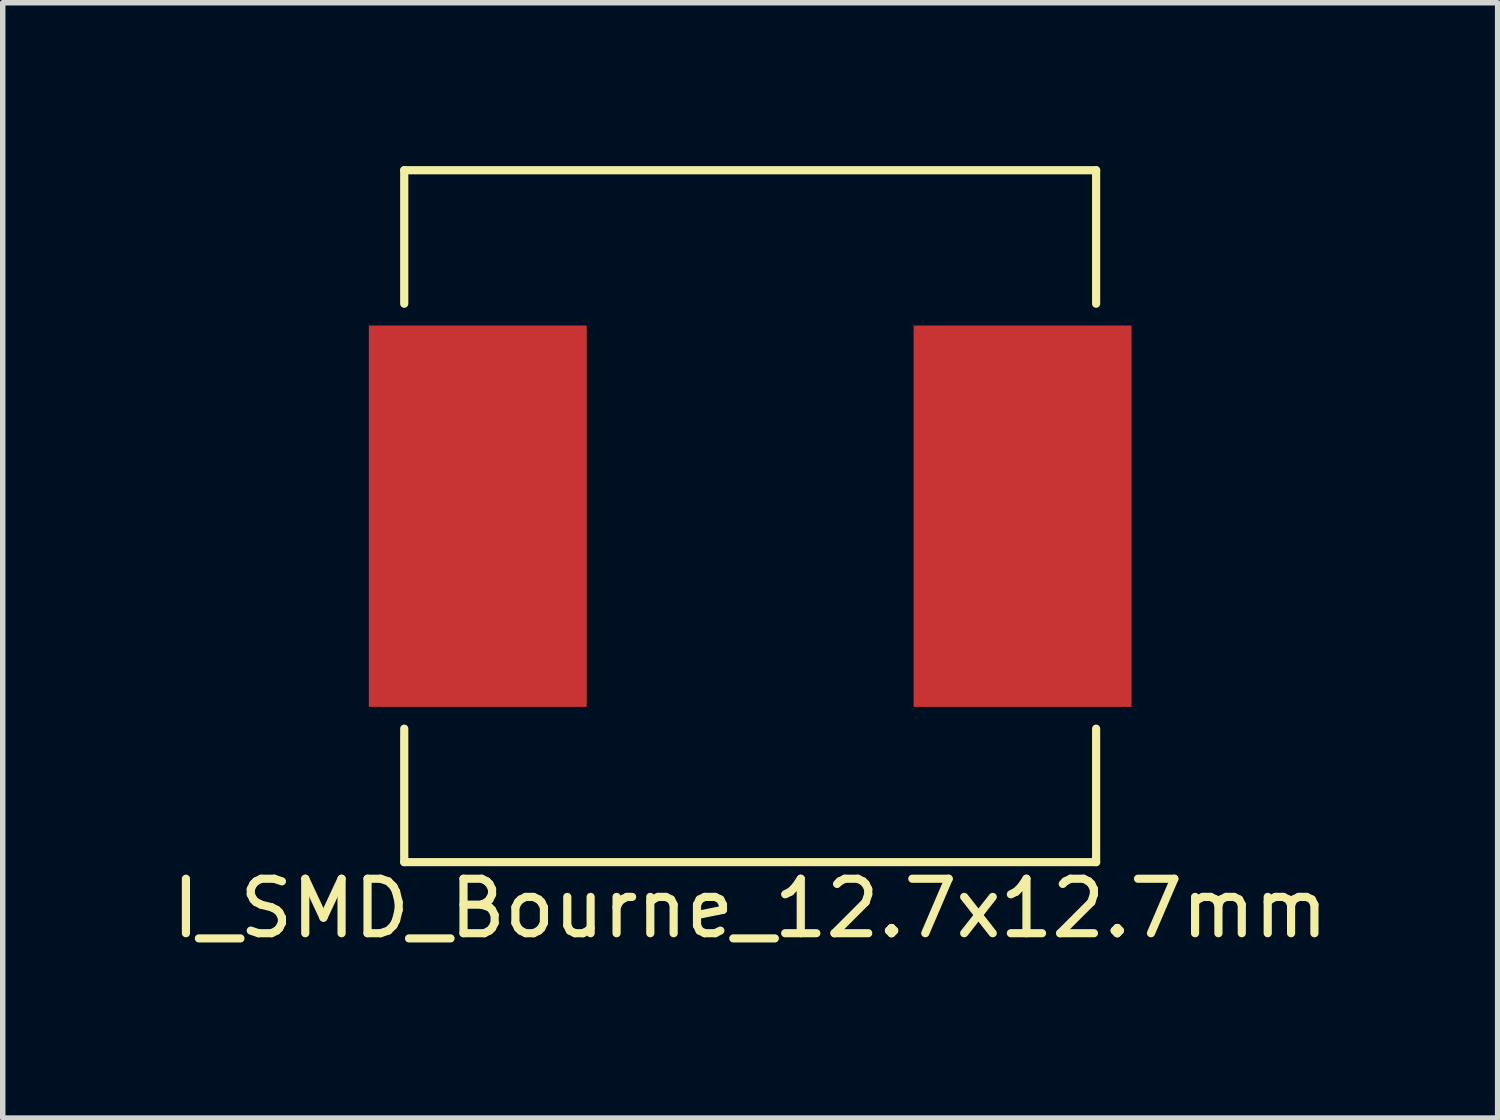
<source format=kicad_pcb>
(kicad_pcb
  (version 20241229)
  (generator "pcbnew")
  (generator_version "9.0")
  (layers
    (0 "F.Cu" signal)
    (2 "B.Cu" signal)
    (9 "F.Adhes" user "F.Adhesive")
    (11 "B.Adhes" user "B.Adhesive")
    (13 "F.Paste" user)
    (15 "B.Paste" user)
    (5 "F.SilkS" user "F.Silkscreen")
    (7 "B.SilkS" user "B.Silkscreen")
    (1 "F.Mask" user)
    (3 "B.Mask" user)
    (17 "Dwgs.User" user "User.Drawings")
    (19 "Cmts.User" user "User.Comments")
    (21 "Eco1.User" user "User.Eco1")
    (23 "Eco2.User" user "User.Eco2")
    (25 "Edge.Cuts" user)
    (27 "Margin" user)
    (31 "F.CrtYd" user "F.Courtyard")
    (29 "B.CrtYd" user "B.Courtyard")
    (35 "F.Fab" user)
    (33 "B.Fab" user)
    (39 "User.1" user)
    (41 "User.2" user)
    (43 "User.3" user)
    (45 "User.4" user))
  (footprint "I_SMD_Bourne_12.7x12.7mm"
    (layer "F.Cu")
    (at 10.72 6.425)
    (property "Reference" "I_SMD_Bourne_12.7x12.7mm" (at 0 7.2 0) (layer "F.SilkS") (effects (font (size 1 1) (thickness 0.15))))
    (attr through_hole)
    (fp_line (start -6.35 -6.35) (end -6.35 -3.9) (stroke (width 0.15) (type solid)) (layer "F.SilkS"))
    (fp_line (start -6.35 -6.35) (end 6.35 -6.35) (stroke (width 0.15) (type solid)) (layer "F.SilkS"))
    (fp_line (start -6.35 6.35) (end -6.35 3.9) (stroke (width 0.15) (type solid)) (layer "F.SilkS"))
    (fp_line (start -6.35 6.35) (end 6.35 6.35) (stroke (width 0.15) (type solid)) (layer "F.SilkS"))
    (fp_line (start 6.35 -6.35) (end 6.35 -3.9) (stroke (width 0.15) (type solid)) (layer "F.SilkS"))
    (fp_line (start 6.35 6.35) (end 6.35 3.9) (stroke (width 0.15) (type solid)) (layer "F.SilkS"))
    (pad "1" smd rect (at -5 0) (size 4 7) (layers "F.Cu" "F.Mask" "F.Paste"))
    (pad "2" smd rect (at 5 0) (size 4 7) (layers "F.Cu" "F.Mask" "F.Paste")))
  (gr_rect
    (start -3 -3)
    (end 24.44 17.473)
    (stroke (width 0.1) (type default))
    (fill no)
    (layer "Edge.Cuts")))
</source>
